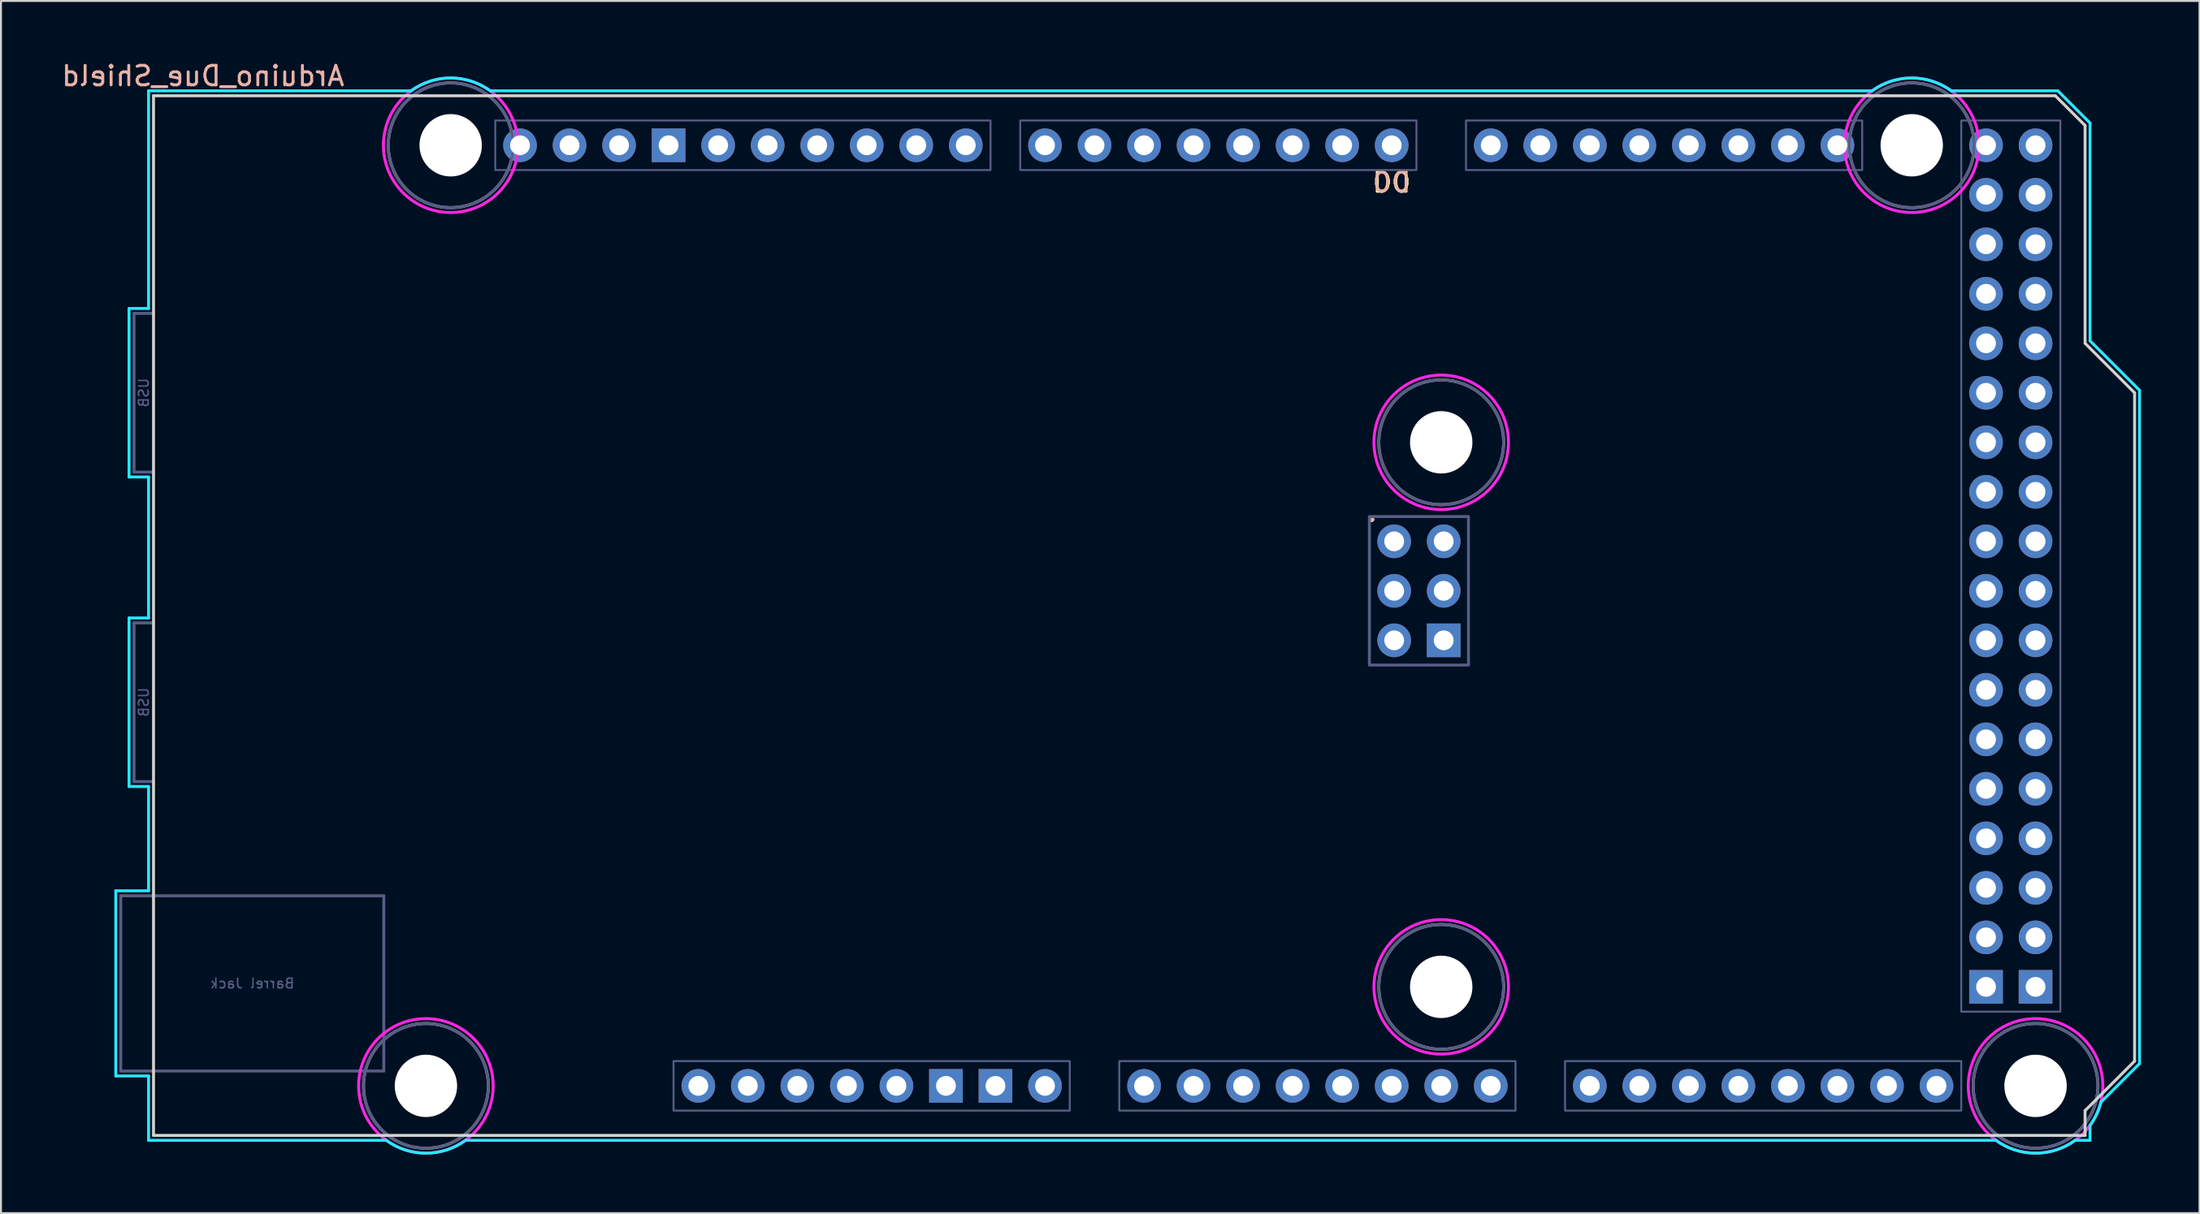
<source format=kicad_pcb>
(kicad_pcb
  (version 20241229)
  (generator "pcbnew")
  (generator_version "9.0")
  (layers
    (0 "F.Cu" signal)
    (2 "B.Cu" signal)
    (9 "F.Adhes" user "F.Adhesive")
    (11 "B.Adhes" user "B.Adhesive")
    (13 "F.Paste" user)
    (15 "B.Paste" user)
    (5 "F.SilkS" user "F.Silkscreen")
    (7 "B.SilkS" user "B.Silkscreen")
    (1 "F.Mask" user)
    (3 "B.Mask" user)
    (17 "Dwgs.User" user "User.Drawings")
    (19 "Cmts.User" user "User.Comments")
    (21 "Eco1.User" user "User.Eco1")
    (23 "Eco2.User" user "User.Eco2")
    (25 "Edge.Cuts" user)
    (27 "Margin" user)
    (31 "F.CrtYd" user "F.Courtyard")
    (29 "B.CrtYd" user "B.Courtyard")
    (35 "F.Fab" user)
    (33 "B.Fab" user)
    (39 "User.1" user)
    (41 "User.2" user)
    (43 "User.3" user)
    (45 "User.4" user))
  (footprint "Arduino_Due_Shield"
    (layer "F.Cu")
    (at 4.823 55.204)
    (property "Reference" "Arduino_Due_Shield" (at 2.54 -54.356 0) (layer "B.SilkS") (effects (font (size 1 1) (thickness 0.15)) (justify mirror)))
    (attr through_hole)
    (fp_line (start 0 -53.34) (end 0 0) (stroke (width 0.15) (type solid)) (layer "Edge.Cuts"))
    (fp_line (start 0 -53.34) (end 97.536 -53.34) (stroke (width 0.15) (type solid)) (layer "Edge.Cuts"))
    (fp_line (start 0 0) (end 99.06 0) (stroke (width 0.15) (type solid)) (layer "Edge.Cuts"))
    (fp_line (start 97.536 -53.34) (end 99.06 -51.816) (stroke (width 0.15) (type solid)) (layer "Edge.Cuts"))
    (fp_line (start 99.06 -40.64) (end 99.06 -51.816) (stroke (width 0.15) (type solid)) (layer "Edge.Cuts"))
    (fp_line (start 99.06 -1.27) (end 101.6 -3.81) (stroke (width 0.15) (type solid)) (layer "Edge.Cuts"))
    (fp_line (start 99.06 0) (end 99.06 -1.27) (stroke (width 0.15) (type solid)) (layer "Edge.Cuts"))
    (fp_line (start 101.6 -38.1) (end 99.06 -40.64) (stroke (width 0.15) (type solid)) (layer "Edge.Cuts"))
    (fp_line (start 101.6 -3.81) (end 101.6 -38.1) (stroke (width 0.15) (type solid)) (layer "Edge.Cuts"))
    (fp_line (start -1.934 -12.548) (end -1.934 -3.049) (stroke (width 0.15) (type solid)) (layer "B.CrtYd"))
    (fp_line (start -1.934 -12.548) (end -0.254 -12.548) (stroke (width 0.15) (type solid)) (layer "B.CrtYd"))
    (fp_line (start -1.934 -3.049) (end -0.254 -3.049) (stroke (width 0.15) (type solid)) (layer "B.CrtYd"))
    (fp_line (start -1.254 -42.428) (end -0.254 -42.428) (stroke (width 0.15) (type solid)) (layer "B.CrtYd"))
    (fp_line (start -1.254 -33.78) (end -1.254 -42.428) (stroke (width 0.15) (type solid)) (layer "B.CrtYd"))
    (fp_line (start -1.254 -33.78) (end -0.254 -33.78) (stroke (width 0.15) (type solid)) (layer "B.CrtYd"))
    (fp_line (start -1.254 -26.548) (end -0.254 -26.548) (stroke (width 0.15) (type solid)) (layer "B.CrtYd"))
    (fp_line (start -1.254 -17.9) (end -1.254 -26.548) (stroke (width 0.15) (type solid)) (layer "B.CrtYd"))
    (fp_line (start -1.254 -17.9) (end -0.254 -17.9) (stroke (width 0.15) (type solid)) (layer "B.CrtYd"))
    (fp_line (start -0.254 -53.594) (end -0.254 -42.428) (stroke (width 0.15) (type solid)) (layer "B.CrtYd"))
    (fp_line (start -0.254 -33.78) (end -0.254 -26.548) (stroke (width 0.15) (type solid)) (layer "B.CrtYd"))
    (fp_line (start -0.254 -17.9) (end -0.254 -12.548) (stroke (width 0.15) (type solid)) (layer "B.CrtYd"))
    (fp_line (start -0.254 -3.049) (end -0.254 0.254) (stroke (width 0.15) (type solid)) (layer "B.CrtYd"))
    (fp_line (start 11.938 0.254) (end -0.254 0.254) (stroke (width 0.15) (type solid)) (layer "B.CrtYd"))
    (fp_line (start 13.208 -53.594) (end -0.254 -53.594) (stroke (width 0.15) (type solid)) (layer "B.CrtYd"))
    (fp_line (start 16.002 0.254) (end 94.488 0.254) (stroke (width 0.15) (type solid)) (layer "B.CrtYd"))
    (fp_line (start 17.272 -53.594) (end 88.138 -53.594) (stroke (width 0.15) (type solid)) (layer "B.CrtYd"))
    (fp_line (start 97.663 -53.594) (end 92.202 -53.594) (stroke (width 0.15) (type solid)) (layer "B.CrtYd"))
    (fp_line (start 97.663 -53.594) (end 99.314 -51.943) (stroke (width 0.15) (type solid)) (layer "B.CrtYd"))
    (fp_line (start 99.314 -40.767) (end 99.314 -51.943) (stroke (width 0.15) (type solid)) (layer "B.CrtYd"))
    (fp_line (start 99.314 0.254) (end 98.552 0.254) (stroke (width 0.15) (type solid)) (layer "B.CrtYd"))
    (fp_line (start 99.314 0.254) (end 99.314 -0.508) (stroke (width 0.15) (type solid)) (layer "B.CrtYd"))
    (fp_line (start 99.873 -1.702) (end 101.854 -3.683) (stroke (width 0.15) (type solid)) (layer "B.CrtYd"))
    (fp_line (start 101.854 -38.227) (end 99.314 -40.767) (stroke (width 0.15) (type solid)) (layer "B.CrtYd"))
    (fp_line (start 101.854 -3.683) (end 101.854 -38.227) (stroke (width 0.15) (type solid)) (layer "B.CrtYd"))
    (fp_arc (start 13.208 -53.594) (mid 15.24 -54.254237) (end 17.272 -53.594) (stroke (width 0.15) (type solid)) (layer "B.CrtYd"))
    (fp_arc (start 16.002 0.254) (mid 13.97 0.914237) (end 11.938 0.254) (stroke (width 0.15) (type solid)) (layer "B.CrtYd"))
    (fp_arc (start 88.138 -53.594) (mid 90.17 -54.254237) (end 92.202 -53.594) (stroke (width 0.15) (type solid)) (layer "B.CrtYd"))
    (fp_arc (start 98.552 0.254) (mid 96.52 0.914237) (end 94.488 0.254) (stroke (width 0.15) (type solid)) (layer "B.CrtYd"))
    (fp_arc (start 99.8728 -1.7018) (mid 99.650917 -1.077977) (end 99.314 -0.508) (stroke (width 0.15) (type solid)) (layer "B.CrtYd"))
    (fp_circle (center 13.97 -2.54) (end 17.42 -2.54) (stroke (width 0.15) (type solid)) (fill no) (layer "F.CrtYd"))
    (fp_circle (center 15.24 -50.8) (end 18.69 -50.8) (stroke (width 0.15) (type solid)) (fill no) (layer "F.CrtYd"))
    (fp_circle (center 66.04 -35.56) (end 69.49 -35.56) (stroke (width 0.15) (type solid)) (fill no) (layer "F.CrtYd"))
    (fp_circle (center 66.04 -7.62) (end 69.49 -7.62) (stroke (width 0.15) (type solid)) (fill no) (layer "F.CrtYd"))
    (fp_circle (center 90.17 -50.8) (end 93.62 -50.8) (stroke (width 0.15) (type solid)) (fill no) (layer "F.CrtYd"))
    (fp_circle (center 96.52 -2.54) (end 99.97 -2.54) (stroke (width 0.15) (type solid)) (fill no) (layer "F.CrtYd"))
    (fp_line (start -1.68 -12.294) (end -1.68 -3.303) (stroke (width 0.15) (type solid)) (layer "B.Fab"))
    (fp_line (start -1.68 -12.294) (end 11.81 -12.294) (stroke (width 0.15) (type solid)) (layer "B.Fab"))
    (fp_line (start -1.68 -3.303) (end 11.81 -3.303) (stroke (width 0.15) (type solid)) (layer "B.Fab"))
    (fp_line (start -1 -42.174) (end 0 -42.174) (stroke (width 0.15) (type solid)) (layer "B.Fab"))
    (fp_line (start -1 -34.034) (end -1 -42.174) (stroke (width 0.15) (type solid)) (layer "B.Fab"))
    (fp_line (start -1 -26.294) (end 0 -26.294) (stroke (width 0.15) (type solid)) (layer "B.Fab"))
    (fp_line (start -1 -18.154) (end -1 -26.294) (stroke (width 0.15) (type solid)) (layer "B.Fab"))
    (fp_line (start 0 -34.034) (end -1 -34.034) (stroke (width 0.15) (type solid)) (layer "B.Fab"))
    (fp_line (start 0 -18.154) (end -1 -18.154) (stroke (width 0.15) (type solid)) (layer "B.Fab"))
    (fp_line (start 11.81 -12.294) (end 11.81 -3.303) (stroke (width 0.15) (type solid)) (layer "B.Fab"))
    (fp_rect (start 17.526 -52.07) (end 42.926 -49.53) (stroke (width 0.1) (type solid)) (fill no) (layer "B.Fab"))
    (fp_rect (start 26.67 -3.81) (end 46.99 -1.27) (stroke (width 0.1) (type solid)) (fill no) (layer "B.Fab"))
    (fp_rect (start 44.45 -52.07) (end 64.77 -49.53) (stroke (width 0.1) (type solid)) (fill no) (layer "B.Fab"))
    (fp_rect (start 49.53 -3.81) (end 69.85 -1.27) (stroke (width 0.1) (type solid)) (fill no) (layer "B.Fab"))
    (fp_rect (start 62.357 -31.75) (end 67.437 -24.13) (stroke (width 0.15) (type solid)) (fill no) (layer "B.Fab"))
    (fp_rect (start 67.31 -52.07) (end 87.63 -49.53) (stroke (width 0.1) (type solid)) (fill no) (layer "B.Fab"))
    (fp_rect (start 72.39 -3.81) (end 92.71 -1.27) (stroke (width 0.1) (type solid)) (fill no) (layer "B.Fab"))
    (fp_rect (start 92.71 -52.07) (end 97.79 -6.35) (stroke (width 0.1) (type solid)) (fill no) (layer "B.Fab"))
    (fp_circle (center 13.97 -2.54) (end 17.17 -2.54) (stroke (width 0.15) (type solid)) (fill no) (layer "B.Fab"))
    (fp_circle (center 15.24 -50.8) (end 18.44 -50.8) (stroke (width 0.15) (type solid)) (fill no) (layer "B.Fab"))
    (fp_circle (center 66.04 -35.56) (end 69.24 -35.56) (stroke (width 0.15) (type solid)) (fill no) (layer "B.Fab"))
    (fp_circle (center 66.04 -7.62) (end 69.24 -7.62) (stroke (width 0.15) (type solid)) (fill no) (layer "B.Fab"))
    (fp_circle (center 90.17 -50.8) (end 93.37 -50.8) (stroke (width 0.15) (type solid)) (fill no) (layer "B.Fab"))
    (fp_circle (center 96.52 -2.54) (end 99.72 -2.54) (stroke (width 0.15) (type solid)) (fill no) (layer "B.Fab"))
    (fp_circle (center 13.97 -2.54) (end 17.17 -2.54) (stroke (width 0.15) (type solid)) (fill no) (layer "F.Fab"))
    (fp_circle (center 15.24 -50.8) (end 18.44 -50.8) (stroke (width 0.15) (type solid)) (fill no) (layer "F.Fab"))
    (fp_circle (center 66.04 -35.56) (end 69.24 -35.56) (stroke (width 0.15) (type solid)) (fill no) (layer "F.Fab"))
    (fp_circle (center 66.04 -7.62) (end 69.24 -7.62) (stroke (width 0.15) (type solid)) (fill no) (layer "F.Fab"))
    (fp_circle (center 90.17 -50.8) (end 93.37 -50.8) (stroke (width 0.15) (type solid)) (fill no) (layer "F.Fab"))
    (fp_circle (center 96.52 -2.54) (end 99.72 -2.54) (stroke (width 0.15) (type solid)) (fill no) (layer "F.Fab"))
    (fp_text user "D0" (at 63.5 -48.895 0) (unlocked yes) (layer "F.SilkS") (effects (font (size 1 1) (thickness 0.15))))
    (fp_text user "." (at 62.484 -32.004 0) (layer "F.SilkS") (effects (font (size 1 1) (thickness 0.15))))
    (fp_text user "D0" (at 63.5 -48.895 0) (unlocked yes) (layer "B.SilkS") (effects (font (size 1 1) (thickness 0.15)) (justify mirror)))
    (fp_text user "." (at 62.484 -32.004 0) (layer "B.SilkS") (effects (font (size 1 1) (thickness 0.15))))
    (fp_text user "USB" (at -0.5 -38.104 270) (layer "B.Fab") (effects (font (size 0.5 0.5) (thickness 0.075)) (justify mirror)))
    (fp_text user "USB" (at -0.5 -22.224 270) (layer "B.Fab") (effects (font (size 0.5 0.5) (thickness 0.075)) (justify mirror)))
    (fp_text user "Barrel Jack" (at 5.065 -7.798 0) (layer "B.Fab") (effects (font (size 0.5 0.5) (thickness 0.075)) (justify mirror)))
    (pad "" np_thru_hole circle (at 13.97 -2.54) (size 3.2 3.2) (drill 3.2) (layers "*.Cu" "*.Mask"))
    (pad "" np_thru_hole circle (at 15.24 -50.8) (size 3.2 3.2) (drill 3.2) (layers "*.Cu" "*.Mask"))
    (pad "" thru_hole oval (at 27.94 -2.54) (size 1.727 1.727) (drill 1.016) (layers "*.Cu" "*.Mask"))
    (pad "" np_thru_hole circle (at 66.04 -35.56) (size 3.2 3.2) (drill 3.2) (layers "*.Cu" "*.Mask"))
    (pad "" np_thru_hole circle (at 66.04 -7.62) (size 3.2 3.2) (drill 3.2) (layers "*.Cu" "*.Mask"))
    (pad "" np_thru_hole circle (at 90.17 -50.8) (size 3.2 3.2) (drill 3.2) (layers "*.Cu" "*.Mask"))
    (pad "" np_thru_hole circle (at 96.52 -2.54) (size 3.2 3.2) (drill 3.2) (layers "*.Cu" "*.Mask"))
    (pad "3V3" thru_hole oval (at 35.56 -2.54) (size 1.727 1.727) (drill 1.016) (layers "*.Cu" "*.Mask"))
    (pad "5V1" thru_hole oval (at 38.1 -2.54) (size 1.727 1.727) (drill 1.016) (layers "*.Cu" "*.Mask"))
    (pad "5V2" thru_hole oval (at 66.167 -30.48) (size 1.727 1.727) (drill 1.016) (layers "*.Cu" "*.Mask"))
    (pad "5V3" thru_hole oval (at 93.98 -50.8) (size 1.727 1.727) (drill 1.016) (layers "*.Cu" "*.Mask"))
    (pad "5V4" thru_hole oval (at 96.52 -50.8) (size 1.727 1.727) (drill 1.016) (layers "*.Cu" "*.Mask"))
    (pad "A0" thru_hole oval (at 50.8 -2.54) (size 1.727 1.727) (drill 1.016) (layers "*.Cu" "*.Mask"))
    (pad "A1" thru_hole oval (at 53.34 -2.54) (size 1.727 1.727) (drill 1.016) (layers "*.Cu" "*.Mask"))
    (pad "A2" thru_hole oval (at 55.88 -2.54) (size 1.727 1.727) (drill 1.016) (layers "*.Cu" "*.Mask"))
    (pad "A3" thru_hole oval (at 58.42 -2.54) (size 1.727 1.727) (drill 1.016) (layers "*.Cu" "*.Mask"))
    (pad "A4" thru_hole oval (at 60.96 -2.54) (size 1.727 1.727) (drill 1.016) (layers "*.Cu" "*.Mask"))
    (pad "A5" thru_hole oval (at 63.5 -2.54) (size 1.727 1.727) (drill 1.016) (layers "*.Cu" "*.Mask"))
    (pad "A6" thru_hole oval (at 66.04 -2.54) (size 1.727 1.727) (drill 1.016) (layers "*.Cu" "*.Mask"))
    (pad "A7" thru_hole oval (at 68.58 -2.54) (size 1.727 1.727) (drill 1.016) (layers "*.Cu" "*.Mask"))
    (pad "A8" thru_hole oval (at 73.66 -2.54) (size 1.727 1.727) (drill 1.016) (layers "*.Cu" "*.Mask"))
    (pad "A9" thru_hole oval (at 76.2 -2.54) (size 1.727 1.727) (drill 1.016) (layers "*.Cu" "*.Mask"))
    (pad "A10" thru_hole oval (at 78.74 -2.54) (size 1.727 1.727) (drill 1.016) (layers "*.Cu" "*.Mask"))
    (pad "A11" thru_hole oval (at 81.28 -2.54) (size 1.727 1.727) (drill 1.016) (layers "*.Cu" "*.Mask"))
    (pad "AREF" thru_hole oval (at 23.876 -50.8) (size 1.727 1.727) (drill 1.016) (layers "*.Cu" "*.Mask"))
    (pad "CANR" thru_hole oval (at 88.9 -2.54) (size 1.727 1.727) (drill 1.016) (layers "*.Cu" "*.Mask"))
    (pad "CANT" thru_hole oval (at 91.44 -2.54) (size 1.727 1.727) (drill 1.016) (layers "*.Cu" "*.Mask"))
    (pad "D0" thru_hole oval (at 63.5 -50.8) (size 1.727 1.727) (drill 1.016) (layers "*.Cu" "*.Mask"))
    (pad "D1" thru_hole oval (at 60.96 -50.8) (size 1.727 1.727) (drill 1.016) (layers "*.Cu" "*.Mask"))
    (pad "D2" thru_hole oval (at 58.42 -50.8) (size 1.727 1.727) (drill 1.016) (layers "*.Cu" "*.Mask"))
    (pad "D3" thru_hole oval (at 55.88 -50.8) (size 1.727 1.727) (drill 1.016) (layers "*.Cu" "*.Mask"))
    (pad "D4" thru_hole oval (at 53.34 -50.8) (size 1.727 1.727) (drill 1.016) (layers "*.Cu" "*.Mask"))
    (pad "D5" thru_hole oval (at 50.8 -50.8) (size 1.727 1.727) (drill 1.016) (layers "*.Cu" "*.Mask"))
    (pad "D6" thru_hole oval (at 48.26 -50.8) (size 1.727 1.727) (drill 1.016) (layers "*.Cu" "*.Mask"))
    (pad "D7" thru_hole oval (at 45.72 -50.8) (size 1.727 1.727) (drill 1.016) (layers "*.Cu" "*.Mask"))
    (pad "D8" thru_hole oval (at 41.656 -50.8) (size 1.727 1.727) (drill 1.016) (layers "*.Cu" "*.Mask"))
    (pad "D9" thru_hole oval (at 39.116 -50.8) (size 1.727 1.727) (drill 1.016) (layers "*.Cu" "*.Mask"))
    (pad "D10" thru_hole oval (at 36.576 -50.8) (size 1.727 1.727) (drill 1.016) (layers "*.Cu" "*.Mask"))
    (pad "D11" thru_hole oval (at 34.036 -50.8) (size 1.727 1.727) (drill 1.016) (layers "*.Cu" "*.Mask"))
    (pad "D12" thru_hole oval (at 31.496 -50.8) (size 1.727 1.727) (drill 1.016) (layers "*.Cu" "*.Mask"))
    (pad "D13" thru_hole oval (at 28.956 -50.8) (size 1.727 1.727) (drill 1.016) (layers "*.Cu" "*.Mask"))
    (pad "D14" thru_hole oval (at 68.58 -50.8) (size 1.727 1.727) (drill 1.016) (layers "*.Cu" "*.Mask"))
    (pad "D15" thru_hole oval (at 71.12 -50.8) (size 1.727 1.727) (drill 1.016) (layers "*.Cu" "*.Mask"))
    (pad "D16" thru_hole oval (at 73.66 -50.8) (size 1.727 1.727) (drill 1.016) (layers "*.Cu" "*.Mask"))
    (pad "D17" thru_hole oval (at 76.2 -50.8) (size 1.727 1.727) (drill 1.016) (layers "*.Cu" "*.Mask"))
    (pad "D18" thru_hole oval (at 78.74 -50.8) (size 1.727 1.727) (drill 1.016) (layers "*.Cu" "*.Mask"))
    (pad "D19" thru_hole oval (at 81.28 -50.8) (size 1.727 1.727) (drill 1.016) (layers "*.Cu" "*.Mask"))
    (pad "D20" thru_hole oval (at 83.82 -50.8) (size 1.727 1.727) (drill 1.016) (layers "*.Cu" "*.Mask"))
    (pad "D21" thru_hole oval (at 86.36 -50.8) (size 1.727 1.727) (drill 1.016) (layers "*.Cu" "*.Mask"))
    (pad "D22" thru_hole oval (at 93.98 -48.26) (size 1.727 1.727) (drill 1.016) (layers "*.Cu" "*.Mask"))
    (pad "D23" thru_hole oval (at 96.52 -48.26) (size 1.727 1.727) (drill 1.016) (layers "*.Cu" "*.Mask"))
    (pad "D24" thru_hole oval (at 93.98 -45.72) (size 1.727 1.727) (drill 1.016) (layers "*.Cu" "*.Mask"))
    (pad "D25" thru_hole oval (at 96.52 -45.72) (size 1.727 1.727) (drill 1.016) (layers "*.Cu" "*.Mask"))
    (pad "D26" thru_hole oval (at 93.98 -43.18) (size 1.727 1.727) (drill 1.016) (layers "*.Cu" "*.Mask"))
    (pad "D27" thru_hole oval (at 96.52 -43.18) (size 1.727 1.727) (drill 1.016) (layers "*.Cu" "*.Mask"))
    (pad "D28" thru_hole oval (at 93.98 -40.64) (size 1.727 1.727) (drill 1.016) (layers "*.Cu" "*.Mask"))
    (pad "D29" thru_hole oval (at 96.52 -40.64) (size 1.727 1.727) (drill 1.016) (layers "*.Cu" "*.Mask"))
    (pad "D30" thru_hole oval (at 93.98 -38.1) (size 1.727 1.727) (drill 1.016) (layers "*.Cu" "*.Mask"))
    (pad "D31" thru_hole oval (at 96.52 -38.1) (size 1.727 1.727) (drill 1.016) (layers "*.Cu" "*.Mask"))
    (pad "D32" thru_hole oval (at 93.98 -35.56) (size 1.727 1.727) (drill 1.016) (layers "*.Cu" "*.Mask"))
    (pad "D33" thru_hole oval (at 96.52 -35.56) (size 1.727 1.727) (drill 1.016) (layers "*.Cu" "*.Mask"))
    (pad "D34" thru_hole oval (at 93.98 -33.02) (size 1.727 1.727) (drill 1.016) (layers "*.Cu" "*.Mask"))
    (pad "D35" thru_hole oval (at 96.52 -33.02) (size 1.727 1.727) (drill 1.016) (layers "*.Cu" "*.Mask"))
    (pad "D36" thru_hole oval (at 93.98 -30.48) (size 1.727 1.727) (drill 1.016) (layers "*.Cu" "*.Mask"))
    (pad "D37" thru_hole oval (at 96.52 -30.48) (size 1.727 1.727) (drill 1.016) (layers "*.Cu" "*.Mask"))
    (pad "D38" thru_hole oval (at 93.98 -27.94) (size 1.727 1.727) (drill 1.016) (layers "*.Cu" "*.Mask"))
    (pad "D39" thru_hole oval (at 96.52 -27.94) (size 1.727 1.727) (drill 1.016) (layers "*.Cu" "*.Mask"))
    (pad "D40" thru_hole oval (at 93.98 -25.4) (size 1.727 1.727) (drill 1.016) (layers "*.Cu" "*.Mask"))
    (pad "D41" thru_hole oval (at 96.52 -25.4) (size 1.727 1.727) (drill 1.016) (layers "*.Cu" "*.Mask"))
    (pad "D42" thru_hole oval (at 93.98 -22.86) (size 1.727 1.727) (drill 1.016) (layers "*.Cu" "*.Mask"))
    (pad "D43" thru_hole oval (at 96.52 -22.86) (size 1.727 1.727) (drill 1.016) (layers "*.Cu" "*.Mask"))
    (pad "D44" thru_hole oval (at 93.98 -20.32) (size 1.727 1.727) (drill 1.016) (layers "*.Cu" "*.Mask"))
    (pad "D45" thru_hole oval (at 96.52 -20.32) (size 1.727 1.727) (drill 1.016) (layers "*.Cu" "*.Mask"))
    (pad "D46" thru_hole oval (at 93.98 -17.78) (size 1.727 1.727) (drill 1.016) (layers "*.Cu" "*.Mask"))
    (pad "D47" thru_hole oval (at 96.52 -17.78) (size 1.727 1.727) (drill 1.016) (layers "*.Cu" "*.Mask"))
    (pad "D48" thru_hole oval (at 93.98 -15.24) (size 1.727 1.727) (drill 1.016) (layers "*.Cu" "*.Mask"))
    (pad "D49" thru_hole oval (at 96.52 -15.24) (size 1.727 1.727) (drill 1.016) (layers "*.Cu" "*.Mask"))
    (pad "D50" thru_hole oval (at 93.98 -12.7) (size 1.727 1.727) (drill 1.016) (layers "*.Cu" "*.Mask"))
    (pad "D51" thru_hole oval (at 96.52 -12.7) (size 1.727 1.727) (drill 1.016) (layers "*.Cu" "*.Mask"))
    (pad "D52" thru_hole oval (at 93.98 -10.16) (size 1.727 1.727) (drill 1.016) (layers "*.Cu" "*.Mask"))
    (pad "D53" thru_hole oval (at 96.52 -10.16) (size 1.727 1.727) (drill 1.016) (layers "*.Cu" "*.Mask"))
    (pad "DAC0" thru_hole oval (at 83.82 -2.54) (size 1.727 1.727) (drill 1.016) (layers "*.Cu" "*.Mask"))
    (pad "DAC1" thru_hole oval (at 86.36 -2.54) (size 1.727 1.727) (drill 1.016) (layers "*.Cu" "*.Mask"))
    (pad "GND1" thru_hole rect (at 26.416 -50.8) (size 1.727 1.727) (drill 1.016) (layers "*.Cu" "*.Mask"))
    (pad "GND2" thru_hole rect (at 40.64 -2.54) (size 1.727 1.727) (drill 1.016) (layers "*.Cu" "*.Mask"))
    (pad "GND3" thru_hole rect (at 43.18 -2.54) (size 1.727 1.727) (drill 1.016) (layers "*.Cu" "*.Mask"))
    (pad "GND4" thru_hole rect (at 66.167 -25.4) (size 1.727 1.727) (drill 1.016) (layers "*.Cu" "*.Mask"))
    (pad "GND5" thru_hole rect (at 93.98 -7.62) (size 1.727 1.727) (drill 1.016) (layers "*.Cu" "*.Mask"))
    (pad "GND6" thru_hole rect (at 96.52 -7.62) (size 1.727 1.727) (drill 1.016) (layers "*.Cu" "*.Mask"))
    (pad "IORF" thru_hole oval (at 30.48 -2.54) (size 1.727 1.727) (drill 1.016) (layers "*.Cu" "*.Mask"))
    (pad "MISO" thru_hole oval (at 63.627 -30.48) (size 1.727 1.727) (drill 1.016) (layers "*.Cu" "*.Mask"))
    (pad "MOSI" thru_hole oval (at 66.167 -27.94) (size 1.727 1.727) (drill 1.016) (layers "*.Cu" "*.Mask"))
    (pad "RST1" thru_hole oval (at 33.02 -2.54) (size 1.727 1.727) (drill 1.016) (layers "*.Cu" "*.Mask"))
    (pad "RST2" thru_hole oval (at 63.627 -25.4) (size 1.727 1.727) (drill 1.016) (layers "*.Cu" "*.Mask"))
    (pad "SCK" thru_hole oval (at 63.627 -27.94) (size 1.727 1.727) (drill 1.016) (layers "*.Cu" "*.Mask"))
    (pad "SCL1" thru_hole oval (at 18.796 -50.8) (size 1.727 1.727) (drill 1.016) (layers "*.Cu" "*.Mask"))
    (pad "SDA1" thru_hole oval (at 21.336 -50.8) (size 1.727 1.727) (drill 1.016) (layers "*.Cu" "*.Mask"))
    (pad "VIN" thru_hole oval (at 45.72 -2.54) (size 1.727 1.727) (drill 1.016) (layers "*.Cu" "*.Mask")))
  (gr_rect
    (start -3 -3)
    (end 109.752 59.193)
    (stroke (width 0.1) (type default))
    (fill no)
    (layer "Edge.Cuts")))
</source>
